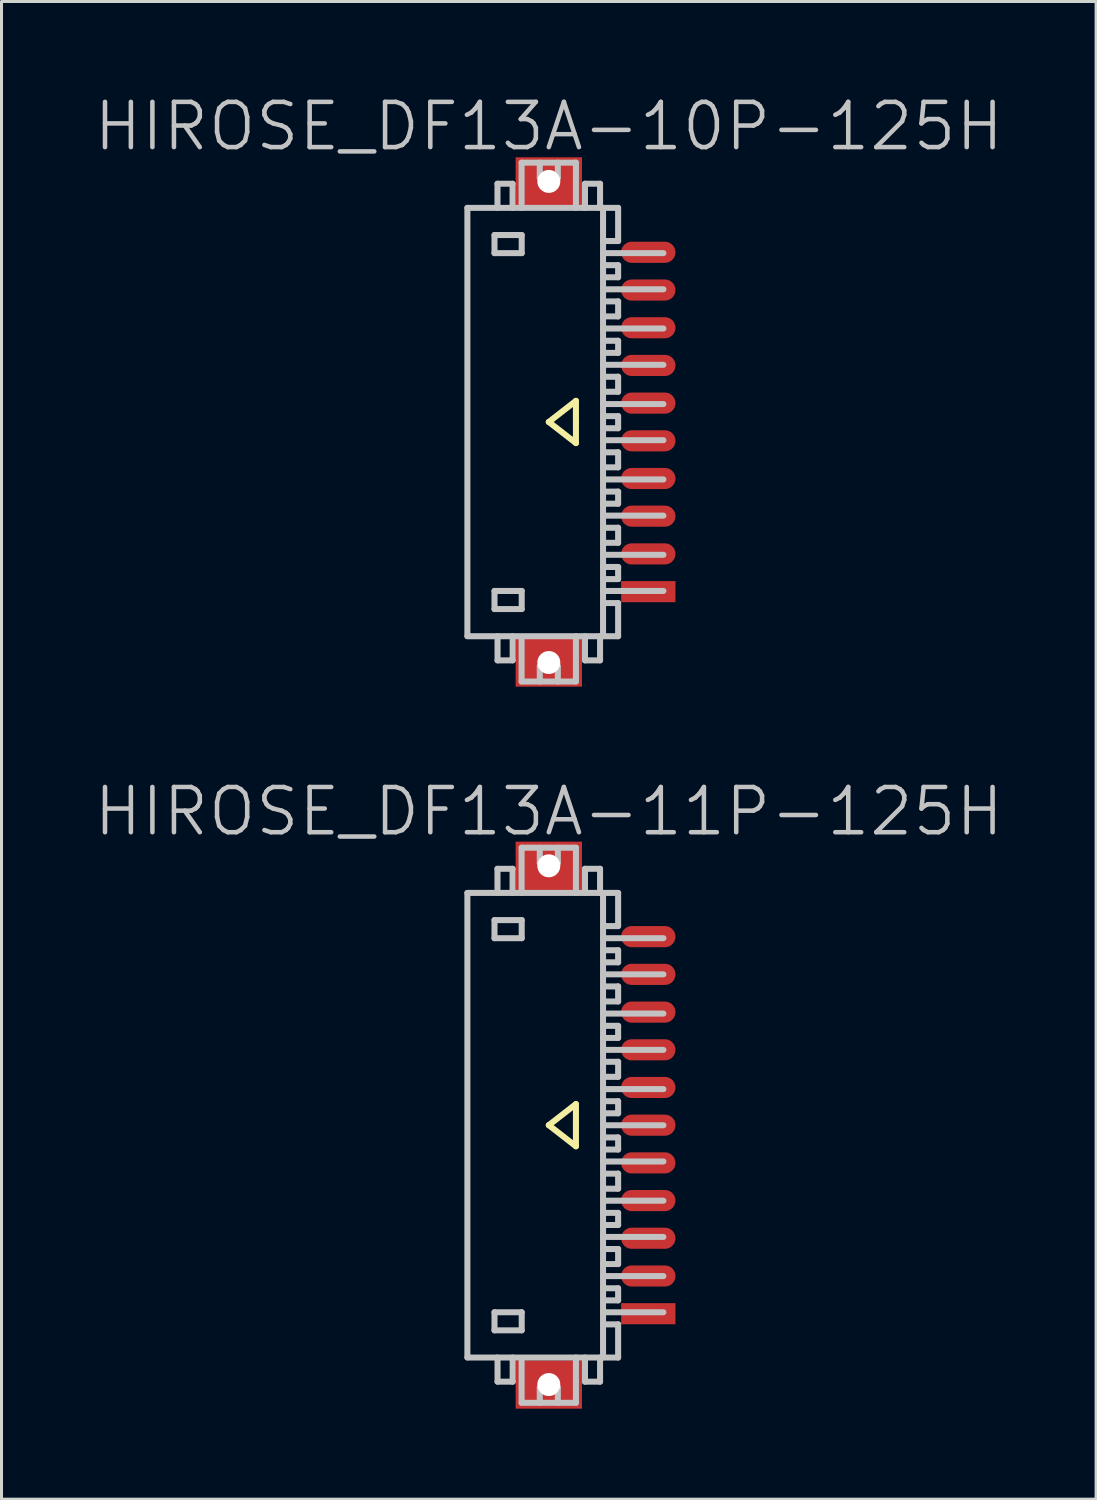
<source format=kicad_pcb>
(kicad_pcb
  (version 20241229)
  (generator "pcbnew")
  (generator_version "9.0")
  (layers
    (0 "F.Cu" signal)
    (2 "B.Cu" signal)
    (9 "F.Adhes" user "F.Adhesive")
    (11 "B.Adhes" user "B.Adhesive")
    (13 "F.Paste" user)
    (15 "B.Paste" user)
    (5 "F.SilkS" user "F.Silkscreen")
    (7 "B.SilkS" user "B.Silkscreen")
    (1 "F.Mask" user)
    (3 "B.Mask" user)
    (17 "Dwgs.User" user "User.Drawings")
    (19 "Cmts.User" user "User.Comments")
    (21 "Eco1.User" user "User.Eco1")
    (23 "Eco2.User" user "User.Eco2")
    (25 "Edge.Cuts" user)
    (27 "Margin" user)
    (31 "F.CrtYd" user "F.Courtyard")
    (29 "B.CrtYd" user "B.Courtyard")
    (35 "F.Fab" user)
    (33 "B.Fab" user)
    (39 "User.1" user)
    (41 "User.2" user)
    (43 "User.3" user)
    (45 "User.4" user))
  (footprint "HIROSE_DF13A-10P-125H"
    (layer "F.Cu")
    (at 15.146 10.941)
    (property "Reference" "HIROSE_DF13A-10P-125H" (at 0 -9.8 180) (layer "Dwgs.User") (effects (font (size 1.5 1.5) (thickness 0.15))))
    (attr smd)
    (fp_line (start 0 0) (end 0.9 0.7) (stroke (width 0.2) (type solid)) (layer "F.SilkS"))
    (fp_line (start 0.9 -0.7) (end 0 0) (stroke (width 0.2) (type solid)) (layer "F.SilkS"))
    (fp_line (start 0.9 0) (end 0.9 -0.7) (stroke (width 0.2) (type solid)) (layer "F.SilkS"))
    (fp_line (start 0.9 0.7) (end 0.9 0) (stroke (width 0.2) (type solid)) (layer "F.SilkS"))
    (fp_line (start -2.699 -7.099) (end -2.699 7.099) (stroke (width 0.2) (type solid)) (layer "Dwgs.User"))
    (fp_line (start -2.699 -7.099) (end 2.299 -7.099) (stroke (width 0.2) (type solid)) (layer "Dwgs.User"))
    (fp_line (start -1.8 -6.198) (end -1.8 -5.598) (stroke (width 0.2) (type solid)) (layer "Dwgs.User"))
    (fp_line (start -1.8 -5.598) (end -0.898 -5.598) (stroke (width 0.2) (type solid)) (layer "Dwgs.User"))
    (fp_line (start -1.8 5.603) (end -0.898 5.603) (stroke (width 0.2) (type solid)) (layer "Dwgs.User"))
    (fp_line (start -1.8 6.203) (end -1.8 5.603) (stroke (width 0.2) (type solid)) (layer "Dwgs.User"))
    (fp_line (start -1.701 -7.899) (end -1.701 -7.099) (stroke (width 0.2) (type solid)) (layer "Dwgs.User"))
    (fp_line (start -1.699 7.904) (end -1.699 7.104) (stroke (width 0.2) (type solid)) (layer "Dwgs.User"))
    (fp_line (start -1.201 -7.899) (end -1.701 -7.899) (stroke (width 0.2) (type solid)) (layer "Dwgs.User"))
    (fp_line (start -1.201 -7.099) (end -1.201 -7.899) (stroke (width 0.2) (type solid)) (layer "Dwgs.User"))
    (fp_line (start -1.198 7.104) (end -1.198 7.904) (stroke (width 0.2) (type solid)) (layer "Dwgs.User"))
    (fp_line (start -1.198 7.904) (end -1.699 7.904) (stroke (width 0.2) (type solid)) (layer "Dwgs.User"))
    (fp_line (start -0.901 -8.598) (end -0.901 -7.099) (stroke (width 0.2) (type solid)) (layer "Dwgs.User"))
    (fp_line (start -0.901 8.603) (end -0.901 7.203) (stroke (width 0.2) (type solid)) (layer "Dwgs.User"))
    (fp_line (start -0.898 -6.198) (end -1.8 -6.198) (stroke (width 0.2) (type solid)) (layer "Dwgs.User"))
    (fp_line (start -0.898 -5.598) (end -0.898 -6.198) (stroke (width 0.2) (type solid)) (layer "Dwgs.User"))
    (fp_line (start -0.898 5.603) (end -0.898 6.203) (stroke (width 0.2) (type solid)) (layer "Dwgs.User"))
    (fp_line (start -0.898 6.203) (end -1.8 6.203) (stroke (width 0.2) (type solid)) (layer "Dwgs.User"))
    (fp_line (start -0.299 -8.098) (end -0.299 -8.598) (stroke (width 0.2) (type solid)) (layer "Dwgs.User"))
    (fp_line (start -0.299 -8.098) (end 0.3 -8.098) (stroke (width 0.2) (type solid)) (layer "Dwgs.User"))
    (fp_line (start -0.299 8.105) (end 0.3 8.105) (stroke (width 0.2) (type solid)) (layer "Dwgs.User"))
    (fp_line (start -0.299 8.606) (end -0.299 8.105) (stroke (width 0.2) (type solid)) (layer "Dwgs.User"))
    (fp_line (start 0.3 -8.098) (end 0.3 -8.598) (stroke (width 0.2) (type solid)) (layer "Dwgs.User"))
    (fp_line (start 0.3 8.606) (end 0.3 8.105) (stroke (width 0.2) (type solid)) (layer "Dwgs.User"))
    (fp_line (start 0.9 -8.598) (end -0.901 -8.598) (stroke (width 0.2) (type solid)) (layer "Dwgs.User"))
    (fp_line (start 0.9 -7.099) (end 0.9 -8.598) (stroke (width 0.2) (type solid)) (layer "Dwgs.User"))
    (fp_line (start 0.9 8.603) (end 0.9 7.104) (stroke (width 0.2) (type solid)) (layer "Dwgs.User"))
    (fp_line (start 0.9 8.606) (end -0.901 8.606) (stroke (width 0.2) (type solid)) (layer "Dwgs.User"))
    (fp_line (start 1.2 -7.099) (end 1.2 -7.899) (stroke (width 0.2) (type solid)) (layer "Dwgs.User"))
    (fp_line (start 1.2 7.904) (end 1.2 7.104) (stroke (width 0.2) (type solid)) (layer "Dwgs.User"))
    (fp_line (start 1.7 -7.899) (end 1.2 -7.899) (stroke (width 0.2) (type solid)) (layer "Dwgs.User"))
    (fp_line (start 1.7 -7.899) (end 1.7 -7.099) (stroke (width 0.2) (type solid)) (layer "Dwgs.User"))
    (fp_line (start 1.7 7.104) (end 1.7 7.904) (stroke (width 0.2) (type solid)) (layer "Dwgs.User"))
    (fp_line (start 1.7 7.904) (end 1.2 7.904) (stroke (width 0.2) (type solid)) (layer "Dwgs.User"))
    (fp_line (start 1.799 -7.099) (end 1.799 7.099) (stroke (width 0.2) (type solid)) (layer "Dwgs.User"))
    (fp_line (start 1.799 -4.399) (end 3.8 -4.399) (stroke (width 0.2) (type solid)) (layer "Dwgs.User"))
    (fp_line (start 1.799 -3.998) (end 2.299 -3.998) (stroke (width 0.2) (type solid)) (layer "Dwgs.User"))
    (fp_line (start 1.799 -3.099) (end 3.8 -3.099) (stroke (width 0.2) (type solid)) (layer "Dwgs.User"))
    (fp_line (start 1.799 -1.895) (end 3.8 -1.895) (stroke (width 0.2) (type solid)) (layer "Dwgs.User"))
    (fp_line (start 1.799 -1.499) (end 2.299 -1.499) (stroke (width 0.2) (type solid)) (layer "Dwgs.User"))
    (fp_line (start 1.799 -0.594) (end 3.8 -0.594) (stroke (width 0.2) (type solid)) (layer "Dwgs.User"))
    (fp_line (start 1.799 0.605) (end 3.8 0.605) (stroke (width 0.2) (type solid)) (layer "Dwgs.User"))
    (fp_line (start 1.799 1.006) (end 2.299 1.006) (stroke (width 0.2) (type solid)) (layer "Dwgs.User"))
    (fp_line (start 1.799 1.905) (end 3.8 1.905) (stroke (width 0.2) (type solid)) (layer "Dwgs.User"))
    (fp_line (start 1.799 3.106) (end 3.8 3.106) (stroke (width 0.2) (type solid)) (layer "Dwgs.User"))
    (fp_line (start 1.799 3.508) (end 2.299 3.508) (stroke (width 0.2) (type solid)) (layer "Dwgs.User"))
    (fp_line (start 1.799 4.404) (end 3.8 4.404) (stroke (width 0.2) (type solid)) (layer "Dwgs.User"))
    (fp_line (start 1.799 5.603) (end 3.8 5.603) (stroke (width 0.2) (type solid)) (layer "Dwgs.User"))
    (fp_line (start 2.299 -5.999) (end 1.799 -5.999) (stroke (width 0.2) (type solid)) (layer "Dwgs.User"))
    (fp_line (start 2.299 -5.999) (end 2.299 -7.099) (stroke (width 0.2) (type solid)) (layer "Dwgs.User"))
    (fp_line (start 2.299 -5.199) (end 1.799 -5.199) (stroke (width 0.2) (type solid)) (layer "Dwgs.User"))
    (fp_line (start 2.299 -4.798) (end 1.799 -4.798) (stroke (width 0.2) (type solid)) (layer "Dwgs.User"))
    (fp_line (start 2.299 -4.798) (end 2.299 -5.199) (stroke (width 0.2) (type solid)) (layer "Dwgs.User"))
    (fp_line (start 2.299 -4) (end 2.299 -3.5) (stroke (width 0.2) (type solid)) (layer "Dwgs.User"))
    (fp_line (start 2.299 -3.5) (end 1.799 -3.5) (stroke (width 0.2) (type solid)) (layer "Dwgs.User"))
    (fp_line (start 2.299 -2.692) (end 1.799 -2.692) (stroke (width 0.2) (type solid)) (layer "Dwgs.User"))
    (fp_line (start 2.299 -2.291) (end 1.799 -2.291) (stroke (width 0.2) (type solid)) (layer "Dwgs.User"))
    (fp_line (start 2.299 -2.291) (end 2.299 -2.692) (stroke (width 0.2) (type solid)) (layer "Dwgs.User"))
    (fp_line (start 2.299 -1.501) (end 2.299 -1.001) (stroke (width 0.2) (type solid)) (layer "Dwgs.User"))
    (fp_line (start 2.299 -1.001) (end 1.799 -1.001) (stroke (width 0.2) (type solid)) (layer "Dwgs.User"))
    (fp_line (start 2.299 -0.193) (end 1.799 -0.193) (stroke (width 0.2) (type solid)) (layer "Dwgs.User"))
    (fp_line (start 2.299 0.208) (end 1.799 0.208) (stroke (width 0.2) (type solid)) (layer "Dwgs.User"))
    (fp_line (start 2.299 0.208) (end 2.299 -0.193) (stroke (width 0.2) (type solid)) (layer "Dwgs.User"))
    (fp_line (start 2.299 1.003) (end 2.299 1.504) (stroke (width 0.2) (type solid)) (layer "Dwgs.User"))
    (fp_line (start 2.299 1.504) (end 1.799 1.504) (stroke (width 0.2) (type solid)) (layer "Dwgs.User"))
    (fp_line (start 2.299 2.309) (end 1.799 2.309) (stroke (width 0.2) (type solid)) (layer "Dwgs.User"))
    (fp_line (start 2.299 2.71) (end 1.799 2.71) (stroke (width 0.2) (type solid)) (layer "Dwgs.User"))
    (fp_line (start 2.299 2.71) (end 2.299 2.309) (stroke (width 0.2) (type solid)) (layer "Dwgs.User"))
    (fp_line (start 2.299 3.505) (end 2.299 4.006) (stroke (width 0.2) (type solid)) (layer "Dwgs.User"))
    (fp_line (start 2.299 4.006) (end 1.799 4.006) (stroke (width 0.2) (type solid)) (layer "Dwgs.User"))
    (fp_line (start 2.299 4.808) (end 1.799 4.808) (stroke (width 0.2) (type solid)) (layer "Dwgs.User"))
    (fp_line (start 2.299 5.21) (end 1.799 5.21) (stroke (width 0.2) (type solid)) (layer "Dwgs.User"))
    (fp_line (start 2.299 5.21) (end 2.299 4.808) (stroke (width 0.2) (type solid)) (layer "Dwgs.User"))
    (fp_line (start 2.299 6.005) (end 1.799 6.005) (stroke (width 0.2) (type solid)) (layer "Dwgs.User"))
    (fp_line (start 2.299 7.104) (end -2.699 7.104) (stroke (width 0.2) (type solid)) (layer "Dwgs.User"))
    (fp_line (start 2.299 7.104) (end 2.299 6.005) (stroke (width 0.2) (type solid)) (layer "Dwgs.User"))
    (fp_line (start 3.8 -5.598) (end 1.799 -5.598) (stroke (width 0.2) (type solid)) (layer "Dwgs.User"))
    (pad "" np_thru_hole rect (at 0.001 -7.976 270) (size 1.6 2.2) (drill 0.762) (layers "F.Cu" "F.Mask" "F.Paste"))
    (pad "" np_thru_hole rect (at 0.001 7.976 270) (size 1.6 2.2) (drill 0.762) (layers "F.Cu" "F.Mask" "F.Paste"))
    (pad "1" smd rect (at 3.3 5.626 270) (size 0.7 1.8) (layers "F.Cu" "F.Mask" "F.Paste"))
    (pad "2" smd oval (at 3.3 4.374 270) (size 0.7 1.8) (layers "F.Cu" "F.Mask" "F.Paste"))
    (pad "3" smd oval (at 3.3 3.124 270) (size 0.7 1.8) (layers "F.Cu" "F.Mask" "F.Paste"))
    (pad "4" smd oval (at 3.3 1.875 270) (size 0.7 1.8) (layers "F.Cu" "F.Mask" "F.Paste"))
    (pad "5" smd oval (at 3.3 0.625 270) (size 0.7 1.8) (layers "F.Cu" "F.Mask" "F.Paste"))
    (pad "6" smd oval (at 3.3 -0.625 270) (size 0.7 1.8) (layers "F.Cu" "F.Mask" "F.Paste"))
    (pad "7" smd oval (at 3.3 -1.875 270) (size 0.7 1.8) (layers "F.Cu" "F.Mask" "F.Paste"))
    (pad "8" smd oval (at 3.3 -3.124 270) (size 0.7 1.8) (layers "F.Cu" "F.Mask" "F.Paste"))
    (pad "9" smd oval (at 3.3 -4.374 270) (size 0.7 1.8) (layers "F.Cu" "F.Mask" "F.Paste"))
    (pad "10" smd oval (at 3.3 -5.626 270) (size 0.7 1.8) (layers "F.Cu" "F.Mask" "F.Paste")))
  (footprint "HIROSE_DF13A-11P-125H"
    (layer "F.Cu")
    (at 15.146 34.257)
    (property "Reference" "HIROSE_DF13A-11P-125H" (at 0 -10.4 180) (layer "Dwgs.User") (effects (font (size 1.5 1.5) (thickness 0.15))))
    (attr smd)
    (fp_line (start 0 0) (end 0.9 0.7) (stroke (width 0.2) (type solid)) (layer "F.SilkS"))
    (fp_line (start 0.9 -0.7) (end 0 0) (stroke (width 0.2) (type solid)) (layer "F.SilkS"))
    (fp_line (start 0.9 0) (end 0.9 -0.7) (stroke (width 0.2) (type solid)) (layer "F.SilkS"))
    (fp_line (start 0.9 0.7) (end 0.9 0) (stroke (width 0.2) (type solid)) (layer "F.SilkS"))
    (fp_line (start -2.699 -7.701) (end 2.299 -7.701) (stroke (width 0.2) (type solid)) (layer "Dwgs.User"))
    (fp_line (start -2.699 -7.699) (end -2.699 7.699) (stroke (width 0.2) (type solid)) (layer "Dwgs.User"))
    (fp_line (start -1.8 -6.8) (end -1.8 -6.2) (stroke (width 0.2) (type solid)) (layer "Dwgs.User"))
    (fp_line (start -1.8 -6.2) (end -0.898 -6.2) (stroke (width 0.2) (type solid)) (layer "Dwgs.User"))
    (fp_line (start -1.8 6.203) (end -0.898 6.203) (stroke (width 0.2) (type solid)) (layer "Dwgs.User"))
    (fp_line (start -1.8 6.802) (end -1.8 6.203) (stroke (width 0.2) (type solid)) (layer "Dwgs.User"))
    (fp_line (start -1.701 -8.501) (end -1.701 -7.701) (stroke (width 0.2) (type solid)) (layer "Dwgs.User"))
    (fp_line (start -1.699 8.504) (end -1.699 7.704) (stroke (width 0.2) (type solid)) (layer "Dwgs.User"))
    (fp_line (start -1.201 -8.501) (end -1.701 -8.501) (stroke (width 0.2) (type solid)) (layer "Dwgs.User"))
    (fp_line (start -1.201 -7.701) (end -1.201 -8.501) (stroke (width 0.2) (type solid)) (layer "Dwgs.User"))
    (fp_line (start -1.198 7.704) (end -1.198 8.504) (stroke (width 0.2) (type solid)) (layer "Dwgs.User"))
    (fp_line (start -1.198 8.504) (end -1.699 8.504) (stroke (width 0.2) (type solid)) (layer "Dwgs.User"))
    (fp_line (start -0.901 -9.2) (end -0.901 -7.701) (stroke (width 0.2) (type solid)) (layer "Dwgs.User"))
    (fp_line (start -0.901 9.202) (end -0.901 7.803) (stroke (width 0.2) (type solid)) (layer "Dwgs.User"))
    (fp_line (start -0.898 -6.8) (end -1.8 -6.8) (stroke (width 0.2) (type solid)) (layer "Dwgs.User"))
    (fp_line (start -0.898 -6.2) (end -0.898 -6.8) (stroke (width 0.2) (type solid)) (layer "Dwgs.User"))
    (fp_line (start -0.898 6.203) (end -0.898 6.802) (stroke (width 0.2) (type solid)) (layer "Dwgs.User"))
    (fp_line (start -0.898 6.802) (end -1.8 6.802) (stroke (width 0.2) (type solid)) (layer "Dwgs.User"))
    (fp_line (start -0.299 -8.7) (end -0.299 -9.2) (stroke (width 0.2) (type solid)) (layer "Dwgs.User"))
    (fp_line (start -0.299 -8.7) (end 0.3 -8.7) (stroke (width 0.2) (type solid)) (layer "Dwgs.User"))
    (fp_line (start -0.299 8.705) (end 0.3 8.705) (stroke (width 0.2) (type solid)) (layer "Dwgs.User"))
    (fp_line (start -0.299 9.205) (end -0.299 8.705) (stroke (width 0.2) (type solid)) (layer "Dwgs.User"))
    (fp_line (start 0.3 -8.7) (end 0.3 -9.2) (stroke (width 0.2) (type solid)) (layer "Dwgs.User"))
    (fp_line (start 0.3 9.205) (end 0.3 8.705) (stroke (width 0.2) (type solid)) (layer "Dwgs.User"))
    (fp_line (start 0.9 -9.2) (end -0.901 -9.2) (stroke (width 0.2) (type solid)) (layer "Dwgs.User"))
    (fp_line (start 0.9 -7.701) (end 0.9 -9.2) (stroke (width 0.2) (type solid)) (layer "Dwgs.User"))
    (fp_line (start 0.9 9.202) (end 0.9 7.704) (stroke (width 0.2) (type solid)) (layer "Dwgs.User"))
    (fp_line (start 0.9 9.205) (end -0.901 9.205) (stroke (width 0.2) (type solid)) (layer "Dwgs.User"))
    (fp_line (start 1.2 -7.701) (end 1.2 -8.501) (stroke (width 0.2) (type solid)) (layer "Dwgs.User"))
    (fp_line (start 1.2 8.504) (end 1.2 7.704) (stroke (width 0.2) (type solid)) (layer "Dwgs.User"))
    (fp_line (start 1.7 -8.501) (end 1.2 -8.501) (stroke (width 0.2) (type solid)) (layer "Dwgs.User"))
    (fp_line (start 1.7 -8.501) (end 1.7 -7.701) (stroke (width 0.2) (type solid)) (layer "Dwgs.User"))
    (fp_line (start 1.7 7.704) (end 1.7 8.504) (stroke (width 0.2) (type solid)) (layer "Dwgs.User"))
    (fp_line (start 1.7 8.504) (end 1.2 8.504) (stroke (width 0.2) (type solid)) (layer "Dwgs.User"))
    (fp_line (start 1.799 -5.001) (end 3.8 -5.001) (stroke (width 0.2) (type solid)) (layer "Dwgs.User"))
    (fp_line (start 1.799 -4.6) (end 2.299 -4.6) (stroke (width 0.2) (type solid)) (layer "Dwgs.User"))
    (fp_line (start 1.799 -3.701) (end 3.8 -3.701) (stroke (width 0.2) (type solid)) (layer "Dwgs.User"))
    (fp_line (start 1.799 -2.497) (end 3.8 -2.497) (stroke (width 0.2) (type solid)) (layer "Dwgs.User"))
    (fp_line (start 1.799 -2.101) (end 2.299 -2.101) (stroke (width 0.2) (type solid)) (layer "Dwgs.User"))
    (fp_line (start 1.799 -1.196) (end 3.8 -1.196) (stroke (width 0.2) (type solid)) (layer "Dwgs.User"))
    (fp_line (start 1.799 0.003) (end 3.8 0.003) (stroke (width 0.2) (type solid)) (layer "Dwgs.User"))
    (fp_line (start 1.799 1.204) (end 3.8 1.204) (stroke (width 0.2) (type solid)) (layer "Dwgs.User"))
    (fp_line (start 1.799 1.608) (end 2.299 1.608) (stroke (width 0.2) (type solid)) (layer "Dwgs.User"))
    (fp_line (start 1.799 2.504) (end 3.8 2.504) (stroke (width 0.2) (type solid)) (layer "Dwgs.User"))
    (fp_line (start 1.799 3.706) (end 3.8 3.706) (stroke (width 0.2) (type solid)) (layer "Dwgs.User"))
    (fp_line (start 1.799 4.107) (end 2.299 4.107) (stroke (width 0.2) (type solid)) (layer "Dwgs.User"))
    (fp_line (start 1.799 5.004) (end 3.8 5.004) (stroke (width 0.2) (type solid)) (layer "Dwgs.User"))
    (fp_line (start 1.799 6.203) (end 3.8 6.203) (stroke (width 0.2) (type solid)) (layer "Dwgs.User"))
    (fp_line (start 1.799 7.699) (end 1.799 -7.699) (stroke (width 0.2) (type solid)) (layer "Dwgs.User"))
    (fp_line (start 2.299 -6.601) (end 1.799 -6.601) (stroke (width 0.2) (type solid)) (layer "Dwgs.User"))
    (fp_line (start 2.299 -6.601) (end 2.299 -7.701) (stroke (width 0.2) (type solid)) (layer "Dwgs.User"))
    (fp_line (start 2.299 -5.801) (end 1.799 -5.801) (stroke (width 0.2) (type solid)) (layer "Dwgs.User"))
    (fp_line (start 2.299 -5.4) (end 1.799 -5.4) (stroke (width 0.2) (type solid)) (layer "Dwgs.User"))
    (fp_line (start 2.299 -5.4) (end 2.299 -5.801) (stroke (width 0.2) (type solid)) (layer "Dwgs.User"))
    (fp_line (start 2.299 -4.602) (end 2.299 -4.102) (stroke (width 0.2) (type solid)) (layer "Dwgs.User"))
    (fp_line (start 2.299 -4.102) (end 1.799 -4.102) (stroke (width 0.2) (type solid)) (layer "Dwgs.User"))
    (fp_line (start 2.299 -3.294) (end 1.799 -3.294) (stroke (width 0.2) (type solid)) (layer "Dwgs.User"))
    (fp_line (start 2.299 -2.893) (end 1.799 -2.893) (stroke (width 0.2) (type solid)) (layer "Dwgs.User"))
    (fp_line (start 2.299 -2.893) (end 2.299 -3.294) (stroke (width 0.2) (type solid)) (layer "Dwgs.User"))
    (fp_line (start 2.299 -2.103) (end 2.299 -1.603) (stroke (width 0.2) (type solid)) (layer "Dwgs.User"))
    (fp_line (start 2.299 -1.603) (end 1.799 -1.603) (stroke (width 0.2) (type solid)) (layer "Dwgs.User"))
    (fp_line (start 2.299 -0.795) (end 1.799 -0.795) (stroke (width 0.2) (type solid)) (layer "Dwgs.User"))
    (fp_line (start 2.299 -0.394) (end 1.799 -0.394) (stroke (width 0.2) (type solid)) (layer "Dwgs.User"))
    (fp_line (start 2.299 -0.394) (end 2.299 -0.795) (stroke (width 0.2) (type solid)) (layer "Dwgs.User"))
    (fp_line (start 2.299 0.406) (end 1.799 0.406) (stroke (width 0.2) (type solid)) (layer "Dwgs.User"))
    (fp_line (start 2.299 0.808) (end 1.799 0.808) (stroke (width 0.2) (type solid)) (layer "Dwgs.User"))
    (fp_line (start 2.299 0.808) (end 2.299 0.406) (stroke (width 0.2) (type solid)) (layer "Dwgs.User"))
    (fp_line (start 2.299 1.605) (end 2.299 2.106) (stroke (width 0.2) (type solid)) (layer "Dwgs.User"))
    (fp_line (start 2.299 2.106) (end 1.799 2.106) (stroke (width 0.2) (type solid)) (layer "Dwgs.User"))
    (fp_line (start 2.299 2.908) (end 1.799 2.908) (stroke (width 0.2) (type solid)) (layer "Dwgs.User"))
    (fp_line (start 2.299 3.31) (end 1.799 3.31) (stroke (width 0.2) (type solid)) (layer "Dwgs.User"))
    (fp_line (start 2.299 3.31) (end 2.299 2.908) (stroke (width 0.2) (type solid)) (layer "Dwgs.User"))
    (fp_line (start 2.299 4.105) (end 2.299 4.605) (stroke (width 0.2) (type solid)) (layer "Dwgs.User"))
    (fp_line (start 2.299 4.605) (end 1.799 4.605) (stroke (width 0.2) (type solid)) (layer "Dwgs.User"))
    (fp_line (start 2.299 5.408) (end 1.799 5.408) (stroke (width 0.2) (type solid)) (layer "Dwgs.User"))
    (fp_line (start 2.299 5.809) (end 1.799 5.809) (stroke (width 0.2) (type solid)) (layer "Dwgs.User"))
    (fp_line (start 2.299 5.809) (end 2.299 5.408) (stroke (width 0.2) (type solid)) (layer "Dwgs.User"))
    (fp_line (start 2.299 6.604) (end 1.799 6.604) (stroke (width 0.2) (type solid)) (layer "Dwgs.User"))
    (fp_line (start 2.299 7.704) (end -2.699 7.704) (stroke (width 0.2) (type solid)) (layer "Dwgs.User"))
    (fp_line (start 2.299 7.704) (end 2.299 6.604) (stroke (width 0.2) (type solid)) (layer "Dwgs.User"))
    (fp_line (start 3.8 -6.2) (end 1.799 -6.2) (stroke (width 0.2) (type solid)) (layer "Dwgs.User"))
    (pad "" np_thru_hole rect (at 0.001 -8.6 270) (size 1.6 2.2) (drill 0.762) (layers "F.Cu" "F.Mask" "F.Paste"))
    (pad "" np_thru_hole rect (at 0.001 8.6 270) (size 1.6 2.2) (drill 0.762) (layers "F.Cu" "F.Mask" "F.Paste"))
    (pad "1" smd rect (at 3.3 6.251 270) (size 0.7 1.8) (layers "F.Cu" "F.Mask" "F.Paste"))
    (pad "2" smd oval (at 3.3 5.001 270) (size 0.7 1.8) (layers "F.Cu" "F.Mask" "F.Paste"))
    (pad "3" smd oval (at 3.3 3.749 270) (size 0.7 1.8) (layers "F.Cu" "F.Mask" "F.Paste"))
    (pad "4" smd oval (at 3.3 2.499 270) (size 0.7 1.8) (layers "F.Cu" "F.Mask" "F.Paste"))
    (pad "5" smd oval (at 3.3 1.25 270) (size 0.7 1.8) (layers "F.Cu" "F.Mask" "F.Paste"))
    (pad "6" smd oval (at 3.3 0 270) (size 0.7 1.8) (layers "F.Cu" "F.Mask" "F.Paste"))
    (pad "7" smd oval (at 3.3 -1.25 270) (size 0.7 1.8) (layers "F.Cu" "F.Mask" "F.Paste"))
    (pad "8" smd oval (at 3.3 -2.499 270) (size 0.7 1.8) (layers "F.Cu" "F.Mask" "F.Paste"))
    (pad "9" smd oval (at 3.3 -3.749 270) (size 0.7 1.8) (layers "F.Cu" "F.Mask" "F.Paste"))
    (pad "10" smd oval (at 3.3 -5.001 270) (size 0.7 1.8) (layers "F.Cu" "F.Mask" "F.Paste"))
    (pad "11" smd oval (at 3.3 -6.251 270) (size 0.7 1.8) (layers "F.Cu" "F.Mask" "F.Paste")))
  (gr_rect
    (start -3 -3)
    (end 33.293 46.658)
    (stroke (width 0.1) (type default))
    (fill no)
    (layer "Edge.Cuts")))
</source>
